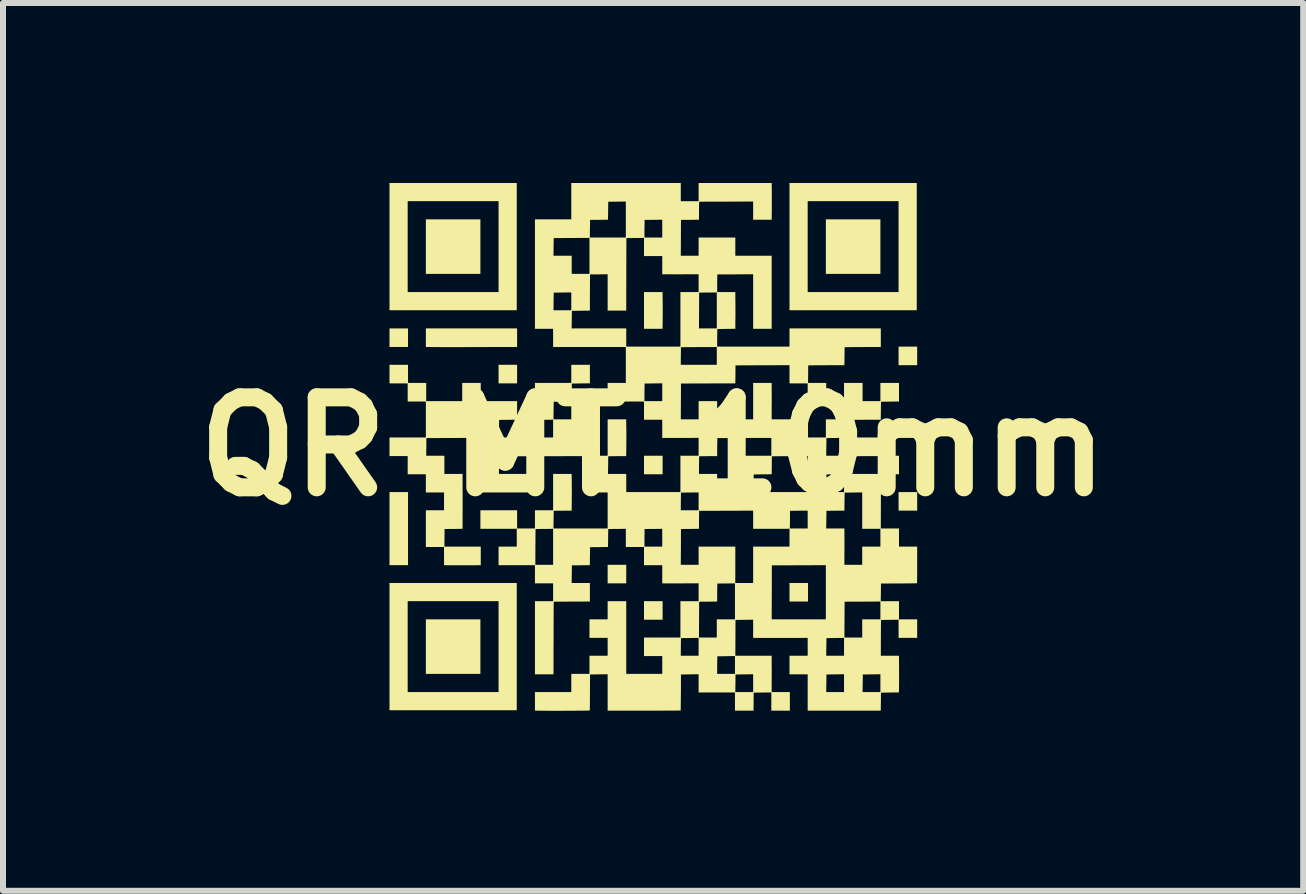
<source format=kicad_pcb>
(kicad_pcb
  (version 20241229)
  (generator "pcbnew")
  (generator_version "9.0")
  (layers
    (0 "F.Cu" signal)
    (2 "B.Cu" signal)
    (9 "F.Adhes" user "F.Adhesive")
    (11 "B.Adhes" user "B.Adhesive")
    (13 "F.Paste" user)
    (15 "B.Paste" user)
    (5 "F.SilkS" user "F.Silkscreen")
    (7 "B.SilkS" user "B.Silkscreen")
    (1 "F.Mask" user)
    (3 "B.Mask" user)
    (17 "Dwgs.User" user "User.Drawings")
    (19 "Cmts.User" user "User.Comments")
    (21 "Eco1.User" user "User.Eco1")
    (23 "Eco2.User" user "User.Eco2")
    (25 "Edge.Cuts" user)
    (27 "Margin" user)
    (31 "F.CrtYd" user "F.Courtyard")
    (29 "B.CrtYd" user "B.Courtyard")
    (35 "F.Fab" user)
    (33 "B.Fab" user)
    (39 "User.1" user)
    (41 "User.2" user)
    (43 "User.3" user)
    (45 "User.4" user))
  (footprint "QR MT 10mm"
    (layer "F.Cu")
    (at 7.836 4.394)
    (property "Reference" "QR MT 10mm" (at 0 0 0) (layer "F.SilkS") (effects (font (size 1.5 1.5) (thickness 0.3))))
    (attr board_only exclude_from_pos_files exclude_from_bom)
    (fp_poly (pts (xy -4.085 -1.815) (xy -4.085 -1.661) (xy -4.24 -1.661) (xy -4.394 -1.661) (xy -4.394 -1.815) (xy -4.394 -1.97) (xy -4.24 -1.97) (xy -4.085 -1.97)) (stroke (width 0) (type solid)) (fill yes) (layer "F.SilkS"))
    (fp_poly (pts (xy -2.879 -3.334) (xy -2.879 -2.879) (xy -3.334 -2.879) (xy -3.788 -2.879) (xy -3.788 -3.334) (xy -3.788 -3.788) (xy -3.334 -3.788) (xy -2.879 -3.788)) (stroke (width 0) (type solid)) (fill yes) (layer "F.SilkS"))
    (fp_poly (pts (xy -2.879 3.334) (xy -2.879 3.788) (xy -3.334 3.788) (xy -3.788 3.788) (xy -3.788 3.334) (xy -3.788 2.879) (xy -3.334 2.879) (xy -2.879 2.879)) (stroke (width 0) (type solid)) (fill yes) (layer "F.SilkS"))
    (fp_poly (pts (xy -2.267 -1.209) (xy -2.267 -1.054) (xy -2.421 -1.054) (xy -2.576 -1.054) (xy -2.576 -1.209) (xy -2.576 -1.364) (xy -2.421 -1.364) (xy -2.267 -1.364)) (stroke (width 0) (type solid)) (fill yes) (layer "F.SilkS"))
    (fp_poly (pts (xy -0.448 2.125) (xy -0.448 2.279) (xy -0.603 2.279) (xy -0.758 2.279) (xy -0.758 2.125) (xy -0.758 1.97) (xy -0.603 1.97) (xy -0.448 1.97)) (stroke (width 0) (type solid)) (fill yes) (layer "F.SilkS"))
    (fp_poly (pts (xy 0.158 0.306) (xy 0.158 0.461) (xy 0.003 0.461) (xy -0.152 0.461) (xy -0.152 0.306) (xy -0.152 0.152) (xy 0.003 0.152) (xy 0.158 0.152)) (stroke (width 0) (type solid)) (fill yes) (layer "F.SilkS"))
    (fp_poly (pts (xy 0.158 2.731) (xy 0.158 2.885) (xy 0.003 2.885) (xy -0.152 2.885) (xy -0.152 2.731) (xy -0.152 2.576) (xy 0.003 2.576) (xy 0.158 2.576)) (stroke (width 0) (type solid)) (fill yes) (layer "F.SilkS"))
    (fp_poly (pts (xy 2.582 2.428) (xy 2.582 2.582) (xy 2.428 2.582) (xy 2.273 2.582) (xy 2.273 2.428) (xy 2.273 2.273) (xy 2.428 2.273) (xy 2.582 2.273)) (stroke (width 0) (type solid)) (fill yes) (layer "F.SilkS"))
    (fp_poly (pts (xy 3.788 -3.334) (xy 3.788 -2.879) (xy 3.334 -2.879) (xy 2.879 -2.879) (xy 2.879 -3.334) (xy 2.879 -3.788) (xy 3.334 -3.788) (xy 3.788 -3.788)) (stroke (width 0) (type solid)) (fill yes) (layer "F.SilkS"))
    (fp_poly (pts (xy 4.401 -1.512) (xy 4.401 -1.357) (xy 4.246 -1.357) (xy 4.091 -1.357) (xy 4.091 -1.512) (xy 4.091 -1.667) (xy 4.246 -1.667) (xy 4.401 -1.667)) (stroke (width 0) (type solid)) (fill yes) (layer "F.SilkS"))
    (fp_poly (pts (xy 4.401 -0.3) (xy 4.401 -0.145) (xy 4.246 -0.145) (xy 4.091 -0.145) (xy 4.091 -0.3) (xy 4.091 -0.455) (xy 4.246 -0.455) (xy 4.401 -0.455)) (stroke (width 0) (type solid)) (fill yes) (layer "F.SilkS"))
    (fp_poly (pts (xy 4.401 0.912) (xy 4.401 1.067) (xy 4.246 1.067) (xy 4.091 1.067) (xy 4.091 0.912) (xy 4.091 0.758) (xy 4.246 0.758) (xy 4.401 0.758)) (stroke (width 0) (type solid)) (fill yes) (layer "F.SilkS"))
    (fp_poly (pts (xy 0.159 -2.423) (xy 0.16 -2.367) (xy 0.16 -2.304) (xy 0.16 -2.238) (xy 0.16 -2.175) (xy 0.159 -2.119) (xy 0.159 -2.117) (xy 0.157 -1.964) (xy 0.003 -1.964) (xy -0.152 -1.964) (xy -0.152 -2.27) (xy -0.152 -2.576) (xy 0.003 -2.576) (xy 0.157 -2.576)) (stroke (width 0) (type solid)) (fill yes) (layer "F.SilkS"))
    (fp_poly (pts (xy -2.273 -3.334) (xy -2.273 -2.273) (xy -3.334 -2.273) (xy -4.394 -2.273) (xy -4.394 -3.334) (xy -4.091 -3.334) (xy -4.091 -2.576) (xy -3.334 -2.576) (xy -2.576 -2.576) (xy -2.576 -3.334) (xy -2.576 -4.091) (xy -3.334 -4.091) (xy -4.091 -4.091) (xy -4.091 -3.334) (xy -4.394 -3.334) (xy -4.394 -4.394) (xy -3.334 -4.394) (xy -2.273 -4.394)) (stroke (width 0) (type solid)) (fill yes) (layer "F.SilkS"))
    (fp_poly (pts (xy -2.273 3.334) (xy -2.273 4.394) (xy -3.334 4.394) (xy -4.394 4.394) (xy -4.394 3.334) (xy -4.091 3.334) (xy -4.091 4.091) (xy -3.334 4.091) (xy -2.576 4.091) (xy -2.576 3.334) (xy -2.576 2.576) (xy -3.334 2.576) (xy -4.091 2.576) (xy -4.091 3.334) (xy -4.394 3.334) (xy -4.394 2.273) (xy -3.334 2.273) (xy -2.273 2.273)) (stroke (width 0) (type solid)) (fill yes) (layer "F.SilkS"))
    (fp_poly (pts (xy 4.394 -3.334) (xy 4.394 -2.273) (xy 3.334 -2.273) (xy 2.273 -2.273) (xy 2.273 -3.334) (xy 2.576 -3.334) (xy 2.576 -2.576) (xy 3.334 -2.576) (xy 4.091 -2.576) (xy 4.091 -3.334) (xy 4.091 -4.091) (xy 3.334 -4.091) (xy 2.576 -4.091) (xy 2.576 -3.334) (xy 2.273 -3.334) (xy 2.273 -4.394) (xy 3.334 -4.394) (xy 4.394 -4.394)) (stroke (width 0) (type solid)) (fill yes) (layer "F.SilkS"))
    (fp_poly (pts (xy -4.085 0.909) (xy -4.085 0.948) (xy -4.085 0.997) (xy -4.085 1.054) (xy -4.085 1.118) (xy -4.085 1.185) (xy -4.085 1.255) (xy -4.085 1.324) (xy -4.085 1.37) (xy -4.085 1.438) (xy -4.085 1.507) (xy -4.085 1.576) (xy -4.085 1.642) (xy -4.085 1.703) (xy -4.085 1.758) (xy -4.085 1.803) (xy -4.085 1.828) (xy -4.085 1.976) (xy -4.24 1.976) (xy -4.394 1.976) (xy -4.394 1.367) (xy -4.394 0.758) (xy -4.24 0.758) (xy -4.085 0.758)) (stroke (width 0) (type solid)) (fill yes) (layer "F.SilkS"))
    (fp_poly (pts (xy -2.267 -1.815) (xy -2.267 -1.661) (xy -2.413 -1.66) (xy -2.445 -1.66) (xy -2.487 -1.66) (xy -2.54 -1.66) (xy -2.6 -1.66) (xy -2.667 -1.66) (xy -2.74 -1.66) (xy -2.817 -1.659) (xy -2.896 -1.659) (xy -2.976 -1.659) (xy -3.021 -1.659) (xy -3.101 -1.659) (xy -3.181 -1.658) (xy -3.26 -1.658) (xy -3.336 -1.658) (xy -3.407 -1.658) (xy -3.472 -1.658) (xy -3.531 -1.658) (xy -3.58 -1.659) (xy -3.619 -1.659) (xy -3.635 -1.659) (xy -3.788 -1.661) (xy -3.788 -1.815) (xy -3.788 -1.97) (xy -3.027 -1.97) (xy -2.267 -1.97)) (stroke (width 0) (type solid)) (fill yes) (layer "F.SilkS"))
    (fp_poly (pts (xy 0.461 -4.243) (xy 0.461 -4.091) (xy 0.609 -4.091) (xy 0.758 -4.091) (xy 0.758 -4.243) (xy 0.758 -4.394) (xy 1.367 -4.394) (xy 1.976 -4.394) (xy 1.978 -4.241) (xy 1.978 -4.186) (xy 1.978 -4.123) (xy 1.978 -4.057) (xy 1.978 -3.993) (xy 1.978 -3.937) (xy 1.978 -3.935) (xy 1.976 -3.782) (xy 1.821 -3.782) (xy 1.667 -3.782) (xy 1.667 -3.933) (xy 1.667 -4.085) (xy 1.217 -4.083) (xy 0.767 -4.082) (xy 0.765 -3.932) (xy 0.764 -3.782) (xy 0.614 -3.78) (xy 0.464 -3.779) (xy 0.463 -3.48) (xy 0.461 -3.182) (xy 0.609 -3.182) (xy 0.758 -3.182) (xy 0.758 -3.334) (xy 0.758 -3.485) (xy 1.064 -3.485) (xy 1.37 -3.485) (xy 1.37 -3.334) (xy 1.37 -3.182) (xy 1.673 -3.182) (xy 1.976 -3.182) (xy 1.976 -3.031) (xy 1.976 -2.992) (xy 1.976 -2.943) (xy 1.976 -2.886) (xy 1.976 -2.822) (xy 1.976 -2.754) (xy 1.976 -2.685) (xy 1.976 -2.616) (xy 1.976 -2.57) (xy 1.976 -2.502) (xy 1.976 -2.432) (xy 1.976 -2.364) (xy 1.976 -2.298) (xy 1.976 -2.236) (xy 1.976 -2.182) (xy 1.976 -2.137) (xy 1.976 -2.112) (xy 1.976 -1.964) (xy 1.822 -1.964) (xy 1.667 -1.964) (xy 1.667 -2.418) (xy 1.667 -2.873) (xy 1.368 -2.871) (xy 1.07 -2.87) (xy 1.068 -2.723) (xy 1.067 -2.576) (xy 1.218 -2.576) (xy 1.37 -2.576) (xy 1.371 -2.423) (xy 1.372 -2.367) (xy 1.372 -2.304) (xy 1.372 -2.238) (xy 1.372 -2.175) (xy 1.371 -2.119) (xy 1.371 -2.117) (xy 1.37 -1.964) (xy 1.22 -1.962) (xy 1.07 -1.96) (xy 1.068 -1.814) (xy 1.067 -1.667) (xy 1.67 -1.667) (xy 2.273 -1.667) (xy 2.273 -1.818) (xy 2.273 -1.97) (xy 3.034 -1.97) (xy 3.795 -1.97) (xy 3.795 -1.815) (xy 3.795 -1.661) (xy 3.645 -1.66) (xy 3.59 -1.66) (xy 3.528 -1.66) (xy 3.463 -1.659) (xy 3.4 -1.659) (xy 3.344 -1.659) (xy 3.343 -1.659) (xy 3.192 -1.657) (xy 3.19 -1.507) (xy 3.188 -1.357) (xy 3.038 -1.357) (xy 2.984 -1.357) (xy 2.921 -1.357) (xy 2.856 -1.356) (xy 2.794 -1.356) (xy 2.738 -1.356) (xy 2.737 -1.356) (xy 2.585 -1.354) (xy 2.584 -1.207) (xy 2.582 -1.061) (xy 2.734 -1.061) (xy 2.885 -1.061) (xy 2.885 -0.906) (xy 2.885 -0.751) (xy 2.731 -0.751) (xy 2.576 -0.751) (xy 2.576 -0.903) (xy 2.576 -1.054) (xy 2.424 -1.054) (xy 2.273 -1.054) (xy 2.273 -1.206) (xy 2.273 -1.357) (xy 1.823 -1.356) (xy 1.373 -1.354) (xy 1.372 -1.204) (xy 1.37 -1.054) (xy 1.22 -1.054) (xy 1.182 -1.054) (xy 1.133 -1.054) (xy 1.075 -1.054) (xy 1.012 -1.054) (xy 0.945 -1.053) (xy 0.876 -1.053) (xy 0.807 -1.053) (xy 0.767 -1.053) (xy 0.464 -1.051) (xy 0.463 -0.753) (xy 0.461 -0.455) (xy 0.609 -0.455) (xy 0.758 -0.455) (xy 0.758 -0.606) (xy 0.758 -0.758) (xy 0.912 -0.758) (xy 1.067 -0.758) (xy 1.067 -0.606) (xy 1.067 -0.455) (xy 1.367 -0.455) (xy 1.667 -0.455) (xy 1.667 -0.758) (xy 1.667 -1.061) (xy 1.822 -1.061) (xy 1.976 -1.061) (xy 1.976 -0.908) (xy 1.977 -0.852) (xy 1.977 -0.79) (xy 1.977 -0.725) (xy 1.976 -0.663) (xy 1.976 -0.608) (xy 1.976 -0.605) (xy 1.976 -0.455) (xy 2.279 -0.455) (xy 2.582 -0.455) (xy 2.582 -0.303) (xy 2.582 -0.152) (xy 2.731 -0.152) (xy 2.879 -0.152) (xy 2.879 -0.303) (xy 2.879 -0.455) (xy 3.031 -0.455) (xy 3.182 -0.455) (xy 3.182 -0.758) (xy 3.182 -1.061) (xy 3.337 -1.061) (xy 3.491 -1.061) (xy 3.491 -0.909) (xy 3.491 -0.758) (xy 3.64 -0.758) (xy 3.788 -0.758) (xy 3.788 -0.909) (xy 3.788 -1.061) (xy 3.943 -1.061) (xy 4.098 -1.061) (xy 4.098 -0.906) (xy 4.098 -0.752) (xy 3.948 -0.75) (xy 3.798 -0.748) (xy 3.796 -0.598) (xy 3.794 -0.448) (xy 3.644 -0.448) (xy 3.59 -0.448) (xy 3.528 -0.448) (xy 3.463 -0.447) (xy 3.4 -0.447) (xy 3.345 -0.446) (xy 3.343 -0.446) (xy 3.192 -0.445) (xy 3.19 -0.298) (xy 3.188 -0.152) (xy 3.491 -0.152) (xy 3.795 -0.152) (xy 3.795 0) (xy 3.795 0.152) (xy 3.946 0.152) (xy 4.098 0.152) (xy 4.098 0.306) (xy 4.098 0.461) (xy 3.948 0.462) (xy 3.798 0.464) (xy 3.796 0.914) (xy 3.795 1.364) (xy 3.946 1.364) (xy 4.098 1.364) (xy 4.098 1.515) (xy 4.098 1.667) (xy 4.249 1.667) (xy 4.401 1.667) (xy 4.401 1.82) (xy 4.401 1.893) (xy 4.401 1.962) (xy 4.401 2.027) (xy 4.401 2.087) (xy 4.401 2.141) (xy 4.4 2.187) (xy 4.4 2.225) (xy 4.399 2.254) (xy 4.399 2.271) (xy 4.398 2.277) (xy 4.392 2.278) (xy 4.374 2.278) (xy 4.346 2.279) (xy 4.309 2.279) (xy 4.264 2.28) (xy 4.213 2.28) (xy 4.157 2.281) (xy 4.097 2.281) (xy 3.798 2.282) (xy 3.796 2.429) (xy 3.794 2.576) (xy 3.946 2.576) (xy 4.098 2.576) (xy 4.098 2.728) (xy 4.098 2.879) (xy 4.249 2.879) (xy 4.401 2.879) (xy 4.401 3.034) (xy 4.401 3.188) (xy 4.246 3.188) (xy 4.091 3.188) (xy 4.091 3.037) (xy 4.091 2.885) (xy 3.944 2.887) (xy 3.798 2.889) (xy 3.796 3.187) (xy 3.795 3.485) (xy 3.946 3.485) (xy 4.097 3.485) (xy 4.099 3.638) (xy 4.099 3.694) (xy 4.1 3.757) (xy 4.1 3.823) (xy 4.099 3.886) (xy 4.099 3.942) (xy 4.099 3.944) (xy 4.097 4.097) (xy 3.947 4.099) (xy 3.798 4.101) (xy 3.796 4.251) (xy 3.794 4.401) (xy 3.646 4.401) (xy 3.608 4.401) (xy 3.56 4.401) (xy 3.503 4.401) (xy 3.44 4.401) (xy 3.373 4.401) (xy 3.304 4.401) (xy 3.235 4.401) (xy 3.188 4.401) (xy 3.12 4.401) (xy 3.051 4.401) (xy 2.982 4.401) (xy 2.915 4.401) (xy 2.853 4.401) (xy 2.798 4.401) (xy 2.752 4.401) (xy 2.728 4.401) (xy 2.576 4.401) (xy 2.576 4.098) (xy 2.576 4.091) (xy 2.885 4.091) (xy 3.034 4.091) (xy 3.182 4.091) (xy 3.491 4.091) (xy 3.64 4.091) (xy 3.788 4.091) (xy 3.788 3.943) (xy 3.788 3.794) (xy 3.641 3.796) (xy 3.495 3.798) (xy 3.493 3.944) (xy 3.491 4.091) (xy 3.182 4.091) (xy 3.182 3.943) (xy 3.182 3.794) (xy 3.035 3.796) (xy 2.889 3.798) (xy 2.887 3.944) (xy 2.885 4.091) (xy 2.576 4.091) (xy 2.576 3.795) (xy 2.424 3.795) (xy 2.273 3.795) (xy 2.273 3.64) (xy 2.273 3.485) (xy 2.424 3.485) (xy 2.576 3.485) (xy 2.885 3.485) (xy 3.034 3.485) (xy 3.182 3.485) (xy 3.182 3.337) (xy 3.182 3.188) (xy 3.035 3.19) (xy 2.889 3.192) (xy 2.887 3.338) (xy 2.885 3.485) (xy 2.576 3.485) (xy 2.576 3.337) (xy 2.576 3.188) (xy 2.275 3.189) (xy 2.207 3.189) (xy 2.138 3.189) (xy 2.069 3.189) (xy 2.002 3.189) (xy 1.941 3.189) (xy 1.886 3.189) (xy 1.841 3.189) (xy 1.82 3.189) (xy 1.667 3.188) (xy 1.667 3.182) (xy 3.188 3.182) (xy 3.337 3.182) (xy 3.485 3.182) (xy 3.485 3.031) (xy 3.485 2.879) (xy 3.637 2.879) (xy 3.788 2.879) (xy 3.788 2.731) (xy 3.788 2.582) (xy 3.49 2.584) (xy 3.192 2.585) (xy 3.19 2.884) (xy 3.188 3.182) (xy 1.667 3.182) (xy 1.667 3.037) (xy 1.667 2.885) (xy 1.52 2.887) (xy 1.373 2.889) (xy 1.372 3.187) (xy 1.37 3.485) (xy 1.673 3.485) (xy 1.976 3.485) (xy 1.976 3.638) (xy 1.977 3.693) (xy 1.977 3.756) (xy 1.977 3.821) (xy 1.976 3.883) (xy 1.976 3.938) (xy 1.976 3.941) (xy 1.976 4.091) (xy 2.127 4.091) (xy 2.279 4.091) (xy 2.279 4.246) (xy 2.279 4.401) (xy 2.125 4.401) (xy 1.97 4.401) (xy 1.97 4.249) (xy 1.97 4.097) (xy 1.823 4.099) (xy 1.676 4.101) (xy 1.675 4.251) (xy 1.673 4.401) (xy 1.518 4.401) (xy 1.364 4.401) (xy 1.364 4.249) (xy 1.364 4.097) (xy 1.214 4.098) (xy 1.159 4.098) (xy 1.097 4.098) (xy 1.032 4.098) (xy 0.97 4.098) (xy 0.914 4.098) (xy 0.911 4.098) (xy 0.758 4.098) (xy 0.758 4.091) (xy 1.37 4.091) (xy 1.518 4.091) (xy 1.667 4.091) (xy 1.667 3.943) (xy 1.667 3.794) (xy 1.52 3.796) (xy 1.373 3.798) (xy 1.372 3.944) (xy 1.37 4.091) (xy 0.758 4.091) (xy 0.758 3.946) (xy 0.758 3.794) (xy 0.611 3.796) (xy 0.464 3.798) (xy 0.463 4.097) (xy 0.462 4.157) (xy 0.462 4.214) (xy 0.461 4.265) (xy 0.461 4.309) (xy 0.46 4.346) (xy 0.46 4.374) (xy 0.459 4.392) (xy 0.459 4.399) (xy 0.452 4.399) (xy 0.434 4.399) (xy 0.404 4.399) (xy 0.364 4.4) (xy 0.315 4.4) (xy 0.256 4.4) (xy 0.19 4.4) (xy 0.116 4.401) (xy 0.035 4.401) (xy -0.051 4.401) (xy -0.143 4.401) (xy -0.239 4.401) (xy -0.339 4.401) (xy -0.441 4.401) (xy -0.546 4.401) (xy -0.605 4.401) (xy -0.758 4.401) (xy -0.758 4.097) (xy -0.758 3.794) (xy -0.904 3.796) (xy -1.051 3.798) (xy -1.053 4.097) (xy -1.053 4.157) (xy -1.054 4.213) (xy -1.054 4.265) (xy -1.054 4.309) (xy -1.055 4.346) (xy -1.055 4.374) (xy -1.056 4.392) (xy -1.056 4.398) (xy -1.063 4.399) (xy -1.081 4.399) (xy -1.109 4.4) (xy -1.146 4.4) (xy -1.19 4.401) (xy -1.24 4.401) (xy -1.296 4.402) (xy -1.355 4.402) (xy -1.416 4.402) (xy -1.478 4.403) (xy -1.54 4.403) (xy -1.6 4.403) (xy -1.658 4.403) (xy -1.711 4.403) (xy -1.759 4.403) (xy -1.8 4.402) (xy -1.817 4.402) (xy -1.97 4.4) (xy -1.97 4.246) (xy -1.97 4.091) (xy -1.667 4.091) (xy -1.364 4.091) (xy -1.364 3.94) (xy -1.364 3.788) (xy -1.212 3.788) (xy -1.061 3.788) (xy -1.061 3.637) (xy -1.061 3.485) (xy -0.909 3.485) (xy -0.758 3.485) (xy -0.758 3.337) (xy -0.758 3.188) (xy -0.909 3.188) (xy -1.061 3.188) (xy -1.061 3.034) (xy -1.061 2.879) (xy -0.909 2.879) (xy -0.758 2.879) (xy -0.758 2.728) (xy -0.758 2.576) (xy -0.603 2.576) (xy -0.448 2.576) (xy -0.448 2.729) (xy -0.448 2.762) (xy -0.448 2.806) (xy -0.448 2.859) (xy -0.448 2.921) (xy -0.448 2.989) (xy -0.448 3.062) (xy -0.448 3.139) (xy -0.448 3.219) (xy -0.448 3.298) (xy -0.448 3.335) (xy -0.448 3.788) (xy -0.148 3.788) (xy 0.152 3.788) (xy 1.067 3.788) (xy 1.215 3.788) (xy 1.364 3.788) (xy 1.364 3.64) (xy 1.364 3.491) (xy 1.217 3.493) (xy 1.07 3.495) (xy 1.068 3.641) (xy 1.067 3.788) (xy 0.152 3.788) (xy 0.152 3.64) (xy 0.152 3.491) (xy 0 3.491) (xy -0.152 3.491) (xy -0.152 3.485) (xy 0.461 3.485) (xy 0.609 3.485) (xy 0.758 3.485) (xy 0.758 3.337) (xy 0.758 3.188) (xy 0.611 3.19) (xy 0.464 3.192) (xy 0.462 3.338) (xy 0.461 3.485) (xy -0.152 3.485) (xy -0.152 3.337) (xy -0.152 3.182) (xy 0.152 3.182) (xy 0.455 3.182) (xy 0.764 3.182) (xy 0.912 3.182) (xy 1.061 3.182) (xy 1.061 3.031) (xy 1.061 2.879) (xy 1.212 2.879) (xy 1.364 2.879) (xy 1.976 2.879) (xy 2.428 2.879) (xy 2.879 2.879) (xy 2.879 2.428) (xy 2.879 1.976) (xy 2.429 1.978) (xy 1.979 1.979) (xy 1.978 2.429) (xy 1.976 2.879) (xy 1.364 2.879) (xy 1.364 2.579) (xy 1.364 2.279) (xy 1.217 2.281) (xy 1.07 2.282) (xy 1.068 2.432) (xy 1.067 2.582) (xy 0.917 2.584) (xy 0.767 2.585) (xy 0.766 2.884) (xy 0.764 3.182) (xy 0.455 3.182) (xy 0.455 2.879) (xy 0.455 2.576) (xy 0.606 2.576) (xy 0.758 2.576) (xy 0.758 2.427) (xy 0.758 2.279) (xy 0.608 2.279) (xy 0.553 2.279) (xy 0.491 2.28) (xy 0.426 2.28) (xy 0.363 2.28) (xy 0.308 2.28) (xy 0.305 2.28) (xy 0.152 2.279) (xy 0.152 2.128) (xy 0.152 1.976) (xy 0 1.976) (xy -0.152 1.976) (xy -0.152 1.97) (xy 0.461 1.97) (xy 0.609 1.97) (xy 0.758 1.97) (xy 0.758 1.818) (xy 0.758 1.667) (xy 1.064 1.667) (xy 1.37 1.667) (xy 1.37 1.82) (xy 1.37 1.875) (xy 1.37 1.938) (xy 1.37 2.003) (xy 1.37 2.065) (xy 1.37 2.12) (xy 1.37 2.123) (xy 1.369 2.273) (xy 1.518 2.273) (xy 1.667 2.273) (xy 1.667 1.97) (xy 1.667 1.667) (xy 1.97 1.667) (xy 2.273 1.667) (xy 2.273 1.518) (xy 2.273 1.369) (xy 2.123 1.37) (xy 2.069 1.37) (xy 2.006 1.37) (xy 1.942 1.37) (xy 1.879 1.37) (xy 1.823 1.37) (xy 1.82 1.37) (xy 1.667 1.37) (xy 1.667 1.364) (xy 2.279 1.364) (xy 2.428 1.364) (xy 2.576 1.364) (xy 2.885 1.364) (xy 3.037 1.364) (xy 3.188 1.364) (xy 3.189 1.517) (xy 3.189 1.572) (xy 3.189 1.635) (xy 3.189 1.7) (xy 3.189 1.762) (xy 3.188 1.817) (xy 3.188 1.82) (xy 3.188 1.97) (xy 3.336 1.97) (xy 3.485 1.97) (xy 3.485 1.818) (xy 3.485 1.667) (xy 3.637 1.667) (xy 3.788 1.667) (xy 3.788 1.518) (xy 3.788 1.37) (xy 3.637 1.37) (xy 3.485 1.37) (xy 3.485 1.067) (xy 3.485 0.764) (xy 3.338 0.765) (xy 3.192 0.767) (xy 3.19 0.917) (xy 3.188 1.067) (xy 3.038 1.068) (xy 2.889 1.07) (xy 2.887 1.217) (xy 2.885 1.364) (xy 2.576 1.364) (xy 2.576 1.215) (xy 2.576 1.067) (xy 2.429 1.068) (xy 2.282 1.07) (xy 2.281 1.217) (xy 2.279 1.364) (xy 1.667 1.364) (xy 1.667 1.219) (xy 1.667 1.067) (xy 1.217 1.069) (xy 0.767 1.07) (xy 0.765 1.22) (xy 0.764 1.37) (xy 0.614 1.372) (xy 0.464 1.373) (xy 0.463 1.672) (xy 0.461 1.97) (xy -0.152 1.97) (xy -0.152 1.825) (xy -0.152 1.673) (xy -0.303 1.673) (xy -0.455 1.673) (xy -0.455 1.667) (xy -0.145 1.667) (xy 0.003 1.667) (xy 0.152 1.667) (xy 0.152 1.518) (xy 0.152 1.37) (xy 0.005 1.372) (xy -0.142 1.373) (xy -0.144 1.52) (xy -0.145 1.667) (xy -0.455 1.667) (xy -0.455 1.521) (xy -0.455 1.37) (xy -0.601 1.372) (xy -0.748 1.373) (xy -0.75 1.523) (xy -0.752 1.673) (xy -0.901 1.675) (xy -1.051 1.676) (xy -1.053 1.826) (xy -1.055 1.976) (xy -1.204 1.978) (xy -1.354 1.979) (xy -1.356 2.126) (xy -1.358 2.273) (xy -1.206 2.273) (xy -1.054 2.273) (xy -1.054 2.428) (xy -1.054 2.582) (xy -1.204 2.583) (xy -1.259 2.583) (xy -1.321 2.583) (xy -1.386 2.583) (xy -1.449 2.584) (xy -1.504 2.584) (xy -1.506 2.584) (xy -1.657 2.585) (xy -1.659 3.04) (xy -1.659 3.12) (xy -1.659 3.199) (xy -1.659 3.277) (xy -1.66 3.352) (xy -1.66 3.423) (xy -1.66 3.487) (xy -1.66 3.544) (xy -1.66 3.593) (xy -1.66 3.63) (xy -1.66 3.645) (xy -1.661 3.795) (xy -1.815 3.795) (xy -1.97 3.795) (xy -1.97 3.185) (xy -1.97 2.576) (xy -1.818 2.576) (xy -1.667 2.576) (xy -1.667 2.428) (xy -1.667 2.279) (xy -1.818 2.279) (xy -1.97 2.279) (xy -1.97 2.127) (xy -1.97 1.976) (xy -2.12 1.976) (xy -2.174 1.976) (xy -2.236 1.976) (xy -2.301 1.977) (xy -2.364 1.977) (xy -2.42 1.977) (xy -2.423 1.976) (xy -2.576 1.976) (xy -2.576 1.97) (xy -1.963 1.97) (xy -1.815 1.97) (xy -1.667 1.97) (xy -1.667 1.67) (xy -1.667 1.37) (xy -1.814 1.372) (xy -1.96 1.373) (xy -1.962 1.672) (xy -1.963 1.97) (xy -2.576 1.97) (xy -2.576 1.822) (xy -2.576 1.667) (xy -2.424 1.667) (xy -2.273 1.667) (xy -2.273 1.518) (xy -2.273 1.369) (xy -2.423 1.37) (xy -2.477 1.37) (xy -2.539 1.37) (xy -2.604 1.37) (xy -2.667 1.37) (xy -2.723 1.37) (xy -2.726 1.37) (xy -2.879 1.37) (xy -2.879 1.215) (xy -2.879 1.061) (xy -2.573 1.061) (xy -2.267 1.061) (xy -2.267 1.212) (xy -2.267 1.364) (xy -2.118 1.364) (xy -1.97 1.364) (xy -1.97 1.212) (xy -1.97 1.061) (xy -1.818 1.061) (xy -1.667 1.061) (xy -1.667 0.758) (xy -1.667 0.455) (xy -1.512 0.455) (xy -1.358 0.455) (xy -1.356 0.608) (xy -1.356 0.663) (xy -1.355 0.726) (xy -1.355 0.792) (xy -1.356 0.855) (xy -1.356 0.911) (xy -1.356 0.914) (xy -1.358 1.067) (xy -1.508 1.068) (xy -1.657 1.07) (xy -1.659 1.217) (xy -1.661 1.364) (xy -1.209 1.364) (xy -0.758 1.364) (xy -0.758 1.064) (xy -0.758 1.061) (xy 0.461 1.061) (xy 0.609 1.061) (xy 0.758 1.061) (xy 0.758 0.912) (xy 0.758 0.764) (xy 0.611 0.765) (xy 0.464 0.767) (xy 0.462 0.914) (xy 0.461 1.061) (xy -0.758 1.061) (xy -0.758 0.764) (xy -0.909 0.764) (xy -1.061 0.764) (xy -1.061 0.461) (xy -1.061 0.158) (xy -1.814 0.16) (xy -2.567 0.161) (xy -2.568 0.308) (xy -2.57 0.455) (xy -2.267 0.455) (xy -1.964 0.455) (xy -1.964 0.609) (xy -1.964 0.764) (xy -2.112 0.764) (xy -2.165 0.764) (xy -2.226 0.764) (xy -2.29 0.764) (xy -2.353 0.764) (xy -2.41 0.764) (xy -2.418 0.764) (xy -2.474 0.764) (xy -2.537 0.764) (xy -2.602 0.764) (xy -2.664 0.764) (xy -2.72 0.764) (xy -2.728 0.764) (xy -2.879 0.764) (xy -2.879 0.309) (xy -2.879 -0.145) (xy -3.329 -0.144) (xy -3.779 -0.142) (xy -3.78 0.005) (xy -3.782 0.152) (xy -3.63 0.152) (xy -3.479 0.152) (xy -3.479 0.303) (xy -3.479 0.455) (xy -3.327 0.455) (xy -3.176 0.455) (xy -3.176 0.606) (xy -3.176 0.66) (xy -3.176 0.722) (xy -3.175 0.787) (xy -3.175 0.851) (xy -3.175 0.908) (xy -3.175 0.915) (xy -3.175 0.971) (xy -3.175 1.033) (xy -3.176 1.097) (xy -3.176 1.159) (xy -3.176 1.213) (xy -3.176 1.222) (xy -3.176 1.37) (xy -3.326 1.372) (xy -3.476 1.373) (xy -3.477 1.52) (xy -3.479 1.667) (xy -3.176 1.667) (xy -2.873 1.667) (xy -2.873 1.821) (xy -2.873 1.976) (xy -3.026 1.978) (xy -3.081 1.978) (xy -3.145 1.978) (xy -3.21 1.978) (xy -3.274 1.978) (xy -3.33 1.978) (xy -3.332 1.978) (xy -3.485 1.976) (xy -3.485 1.824) (xy -3.485 1.673) (xy -3.637 1.673) (xy -3.788 1.673) (xy -3.788 1.367) (xy -3.788 1.061) (xy -3.637 1.061) (xy -3.485 1.061) (xy -3.485 0.912) (xy -3.485 0.764) (xy -3.637 0.764) (xy -3.788 0.764) (xy -3.788 0.612) (xy -3.788 0.461) (xy -3.94 0.461) (xy -4.091 0.461) (xy -4.091 0.309) (xy -4.091 0.158) (xy -4.243 0.158) (xy -4.394 0.158) (xy -4.394 0.003) (xy -4.394 -0.152) (xy -4.091 -0.152) (xy -3.788 -0.152) (xy -2.57 -0.152) (xy -2.421 -0.152) (xy -2.273 -0.152) (xy -1.964 -0.152) (xy -1.815 -0.152) (xy -1.667 -0.152) (xy -1.667 -0.3) (xy -1.667 -0.449) (xy -1.814 -0.447) (xy -1.96 -0.445) (xy -1.962 -0.298) (xy -1.964 -0.152) (xy -2.273 -0.152) (xy -2.273 -0.3) (xy -2.273 -0.449) (xy -2.42 -0.447) (xy -2.567 -0.445) (xy -2.568 -0.298) (xy -2.57 -0.152) (xy -3.788 -0.152) (xy -3.788 -0.451) (xy -3.788 -0.751) (xy -3.94 -0.751) (xy -4.091 -0.751) (xy -4.091 -0.903) (xy -4.091 -1.054) (xy -4.243 -1.054) (xy -4.394 -1.054) (xy -4.394 -1.209) (xy -4.394 -1.364) (xy -4.24 -1.364) (xy -4.085 -1.364) (xy -4.085 -1.212) (xy -4.085 -1.061) (xy -3.933 -1.061) (xy -3.782 -1.061) (xy -3.782 -0.909) (xy -3.782 -0.758) (xy -3.482 -0.758) (xy -3.182 -0.758) (xy -3.182 -0.909) (xy -3.182 -1.061) (xy -3.027 -1.061) (xy -2.873 -1.061) (xy -2.873 -0.909) (xy -2.873 -0.758) (xy -2.57 -0.758) (xy -2.267 -0.758) (xy -2.267 -0.606) (xy -2.267 -0.455) (xy -2.118 -0.455) (xy -1.97 -0.455) (xy -1.661 -0.455) (xy -1.512 -0.455) (xy -1.364 -0.455) (xy -1.364 -0.603) (xy -1.364 -0.752) (xy -1.511 -0.75) (xy -1.657 -0.748) (xy -1.659 -0.601) (xy -1.661 -0.455) (xy -1.97 -0.455) (xy -1.97 -0.758) (xy -1.97 -1.061) (xy -1.667 -1.061) (xy -1.364 -1.061) (xy -1.364 -1.212) (xy -1.364 -1.364) (xy -1.209 -1.364) (xy -1.054 -1.364) (xy -1.054 -1.209) (xy -1.054 -1.055) (xy -1.204 -1.053) (xy -1.354 -1.051) (xy -1.356 -0.904) (xy -1.358 -0.758) (xy -1.206 -0.758) (xy -1.054 -0.758) (xy -1.054 -0.605) (xy -1.054 -0.565) (xy -1.054 -0.515) (xy -1.054 -0.457) (xy -1.054 -0.393) (xy -1.054 -0.326) (xy -1.054 -0.256) (xy -1.054 -0.188) (xy -1.054 -0.15) (xy -1.055 0.152) (xy -0.906 0.152) (xy -0.758 0.152) (xy -0.758 -0.152) (xy -0.758 -0.455) (xy -0.603 -0.455) (xy -0.449 -0.455) (xy -0.447 -0.301) (xy -0.446 -0.246) (xy -0.446 -0.183) (xy -0.446 -0.117) (xy -0.446 -0.054) (xy -0.447 0.002) (xy -0.447 0.005) (xy -0.449 0.158) (xy -0.598 0.159) (xy -0.748 0.161) (xy -0.75 0.308) (xy -0.752 0.455) (xy -0.6 0.455) (xy -0.448 0.455) (xy -0.448 0.606) (xy -0.448 0.758) (xy 0.003 0.758) (xy 0.455 0.758) (xy 0.455 0.455) (xy 0.764 0.455) (xy 0.915 0.455) (xy 1.067 0.455) (xy 1.067 0.606) (xy 1.067 0.758) (xy 1.215 0.758) (xy 1.364 0.758) (xy 1.673 0.758) (xy 2.124 0.758) (xy 2.576 0.758) (xy 2.885 0.758) (xy 3.034 0.758) (xy 3.182 0.758) (xy 3.182 0.609) (xy 3.182 0.461) (xy 3.035 0.462) (xy 2.889 0.464) (xy 2.887 0.611) (xy 2.885 0.758) (xy 2.576 0.758) (xy 2.576 0.458) (xy 2.576 0.455) (xy 3.188 0.455) (xy 3.488 0.455) (xy 3.788 0.455) (xy 3.788 0.306) (xy 3.788 0.158) (xy 3.49 0.159) (xy 3.192 0.161) (xy 3.19 0.308) (xy 3.188 0.455) (xy 2.576 0.455) (xy 2.576 0.158) (xy 2.278 0.159) (xy 1.979 0.161) (xy 1.978 0.311) (xy 1.976 0.461) (xy 1.826 0.462) (xy 1.676 0.464) (xy 1.675 0.611) (xy 1.673 0.758) (xy 1.364 0.758) (xy 1.364 0.455) (xy 1.364 0.152) (xy 1.667 0.152) (xy 1.97 0.152) (xy 2.885 0.152) (xy 3.034 0.152) (xy 3.182 0.152) (xy 3.182 0.003) (xy 3.182 -0.145) (xy 3.035 -0.144) (xy 2.889 -0.142) (xy 2.887 0.005) (xy 2.885 0.152) (xy 1.97 0.152) (xy 1.97 0.003) (xy 1.97 -0.145) (xy 1.52 -0.144) (xy 1.07 -0.142) (xy 1.068 0.008) (xy 1.067 0.158) (xy 0.917 0.159) (xy 0.767 0.161) (xy 0.765 0.308) (xy 0.764 0.455) (xy 0.455 0.455) (xy 0.455 0.152) (xy 0.606 0.152) (xy 0.758 0.152) (xy 0.758 0.003) (xy 0.758 -0.146) (xy 0.608 -0.145) (xy 0.553 -0.145) (xy 0.491 -0.145) (xy 0.426 -0.145) (xy 0.363 -0.145) (xy 0.308 -0.145) (xy 0.305 -0.145) (xy 0.152 -0.145) (xy 0.152 -0.297) (xy 0.152 -0.448) (xy 0 -0.448) (xy -0.152 -0.448) (xy -0.152 -0.6) (xy -0.152 -0.752) (xy -0.301 -0.751) (xy -0.356 -0.751) (xy -0.418 -0.751) (xy -0.483 -0.751) (xy -0.546 -0.751) (xy -0.601 -0.751) (xy -0.605 -0.751) (xy -0.758 -0.751) (xy -0.758 -0.758) (xy -0.145 -0.758) (xy 0.003 -0.758) (xy 0.152 -0.758) (xy 0.152 -0.906) (xy 0.152 -1.055) (xy 0.005 -1.053) (xy -0.142 -1.051) (xy -0.144 -0.904) (xy -0.145 -0.758) (xy -0.758 -0.758) (xy -0.758 -0.906) (xy -0.758 -1.061) (xy -0.606 -1.061) (xy -0.455 -1.061) (xy -0.455 -1.361) (xy -0.455 -1.364) (xy 0.461 -1.364) (xy 0.761 -1.364) (xy 1.061 -1.364) (xy 1.061 -1.512) (xy 1.061 -1.66) (xy 0.762 -1.659) (xy 0.464 -1.657) (xy 0.462 -1.511) (xy 0.461 -1.364) (xy -0.455 -1.364) (xy -0.455 -1.66) (xy -0.908 -1.66) (xy -0.987 -1.66) (xy -1.067 -1.66) (xy -1.145 -1.66) (xy -1.22 -1.66) (xy -1.291 -1.66) (xy -1.356 -1.66) (xy -1.413 -1.66) (xy -1.462 -1.66) (xy -1.5 -1.66) (xy -1.514 -1.66) (xy -1.667 -1.661) (xy -1.667 -1.812) (xy -1.667 -1.964) (xy -1.818 -1.964) (xy -1.97 -1.964) (xy -1.97 -1.97) (xy -1.358 -1.97) (xy -0.903 -1.97) (xy -0.448 -1.97) (xy -0.448 -1.818) (xy -0.448 -1.667) (xy 0.003 -1.667) (xy 0.455 -1.667) (xy 0.455 -1.97) (xy 0.764 -1.97) (xy 0.912 -1.97) (xy 1.061 -1.97) (xy 1.061 -2.27) (xy 1.061 -2.57) (xy 0.914 -2.568) (xy 0.767 -2.567) (xy 0.766 -2.268) (xy 0.764 -1.97) (xy 0.455 -1.97) (xy 0.455 -2.121) (xy 0.455 -2.576) (xy 0.606 -2.576) (xy 0.758 -2.576) (xy 0.758 -2.725) (xy 0.758 -2.873) (xy 0.608 -2.873) (xy 0.553 -2.873) (xy 0.491 -2.872) (xy 0.426 -2.872) (xy 0.363 -2.872) (xy 0.308 -2.872) (xy 0.305 -2.872) (xy 0.152 -2.873) (xy 0.152 -3.024) (xy 0.152 -3.176) (xy 0 -3.176) (xy -0.152 -3.176) (xy -0.152 -3.327) (xy -0.152 -3.479) (xy -0.298 -3.477) (xy -0.445 -3.476) (xy -0.447 -3.021) (xy -0.447 -2.942) (xy -0.447 -2.862) (xy -0.447 -2.784) (xy -0.447 -2.709) (xy -0.448 -2.639) (xy -0.448 -2.574) (xy -0.448 -2.517) (xy -0.448 -2.469) (xy -0.448 -2.431) (xy -0.448 -2.417) (xy -0.448 -2.267) (xy -0.603 -2.267) (xy -0.758 -2.267) (xy -0.758 -2.57) (xy -0.758 -2.873) (xy -0.904 -2.871) (xy -1.051 -2.87) (xy -1.053 -2.718) (xy -1.053 -2.663) (xy -1.053 -2.6) (xy -1.054 -2.535) (xy -1.054 -2.473) (xy -1.054 -2.418) (xy -1.054 -2.417) (xy -1.054 -2.267) (xy -1.204 -2.265) (xy -1.354 -2.263) (xy -1.356 -2.117) (xy -1.358 -1.97) (xy -1.97 -1.97) (xy -1.97 -2.273) (xy -1.661 -2.273) (xy -1.512 -2.273) (xy -1.364 -2.273) (xy -1.364 -2.421) (xy -1.364 -2.57) (xy -1.511 -2.568) (xy -1.657 -2.567) (xy -1.659 -2.42) (xy -1.661 -2.273) (xy -1.97 -2.273) (xy -1.97 -2.876) (xy -1.97 -3.182) (xy -1.661 -3.182) (xy -1.509 -3.182) (xy -1.357 -3.182) (xy -1.357 -3.031) (xy -1.357 -2.879) (xy -1.209 -2.879) (xy -1.061 -2.879) (xy -1.061 -3.179) (xy -1.061 -3.479) (xy -1.359 -3.477) (xy -1.657 -3.476) (xy -1.659 -3.329) (xy -1.661 -3.182) (xy -1.97 -3.182) (xy -1.97 -3.485) (xy -1.055 -3.485) (xy -0.755 -3.485) (xy -0.455 -3.485) (xy -0.145 -3.485) (xy 0.003 -3.485) (xy 0.152 -3.485) (xy 0.152 -3.634) (xy 0.152 -3.782) (xy 0.005 -3.78) (xy -0.142 -3.779) (xy -0.144 -3.632) (xy -0.145 -3.485) (xy -0.455 -3.485) (xy -0.455 -3.785) (xy -0.455 -4.085) (xy -0.601 -4.083) (xy -0.748 -4.082) (xy -0.75 -3.932) (xy -0.752 -3.782) (xy -0.901 -3.78) (xy -1.051 -3.779) (xy -1.053 -3.632) (xy -1.055 -3.485) (xy -1.97 -3.485) (xy -1.97 -3.788) (xy -1.667 -3.788) (xy -1.364 -3.788) (xy -1.364 -4.091) (xy -1.364 -4.394) (xy -0.451 -4.394) (xy 0.461 -4.394)) (stroke (width 0) (type solid)) (fill yes) (layer "F.SilkS")))
  (gr_rect
    (start -3 -3)
    (end 18.671 11.797)
    (stroke (width 0.1) (type default))
    (fill no)
    (layer "Edge.Cuts")))
</source>
